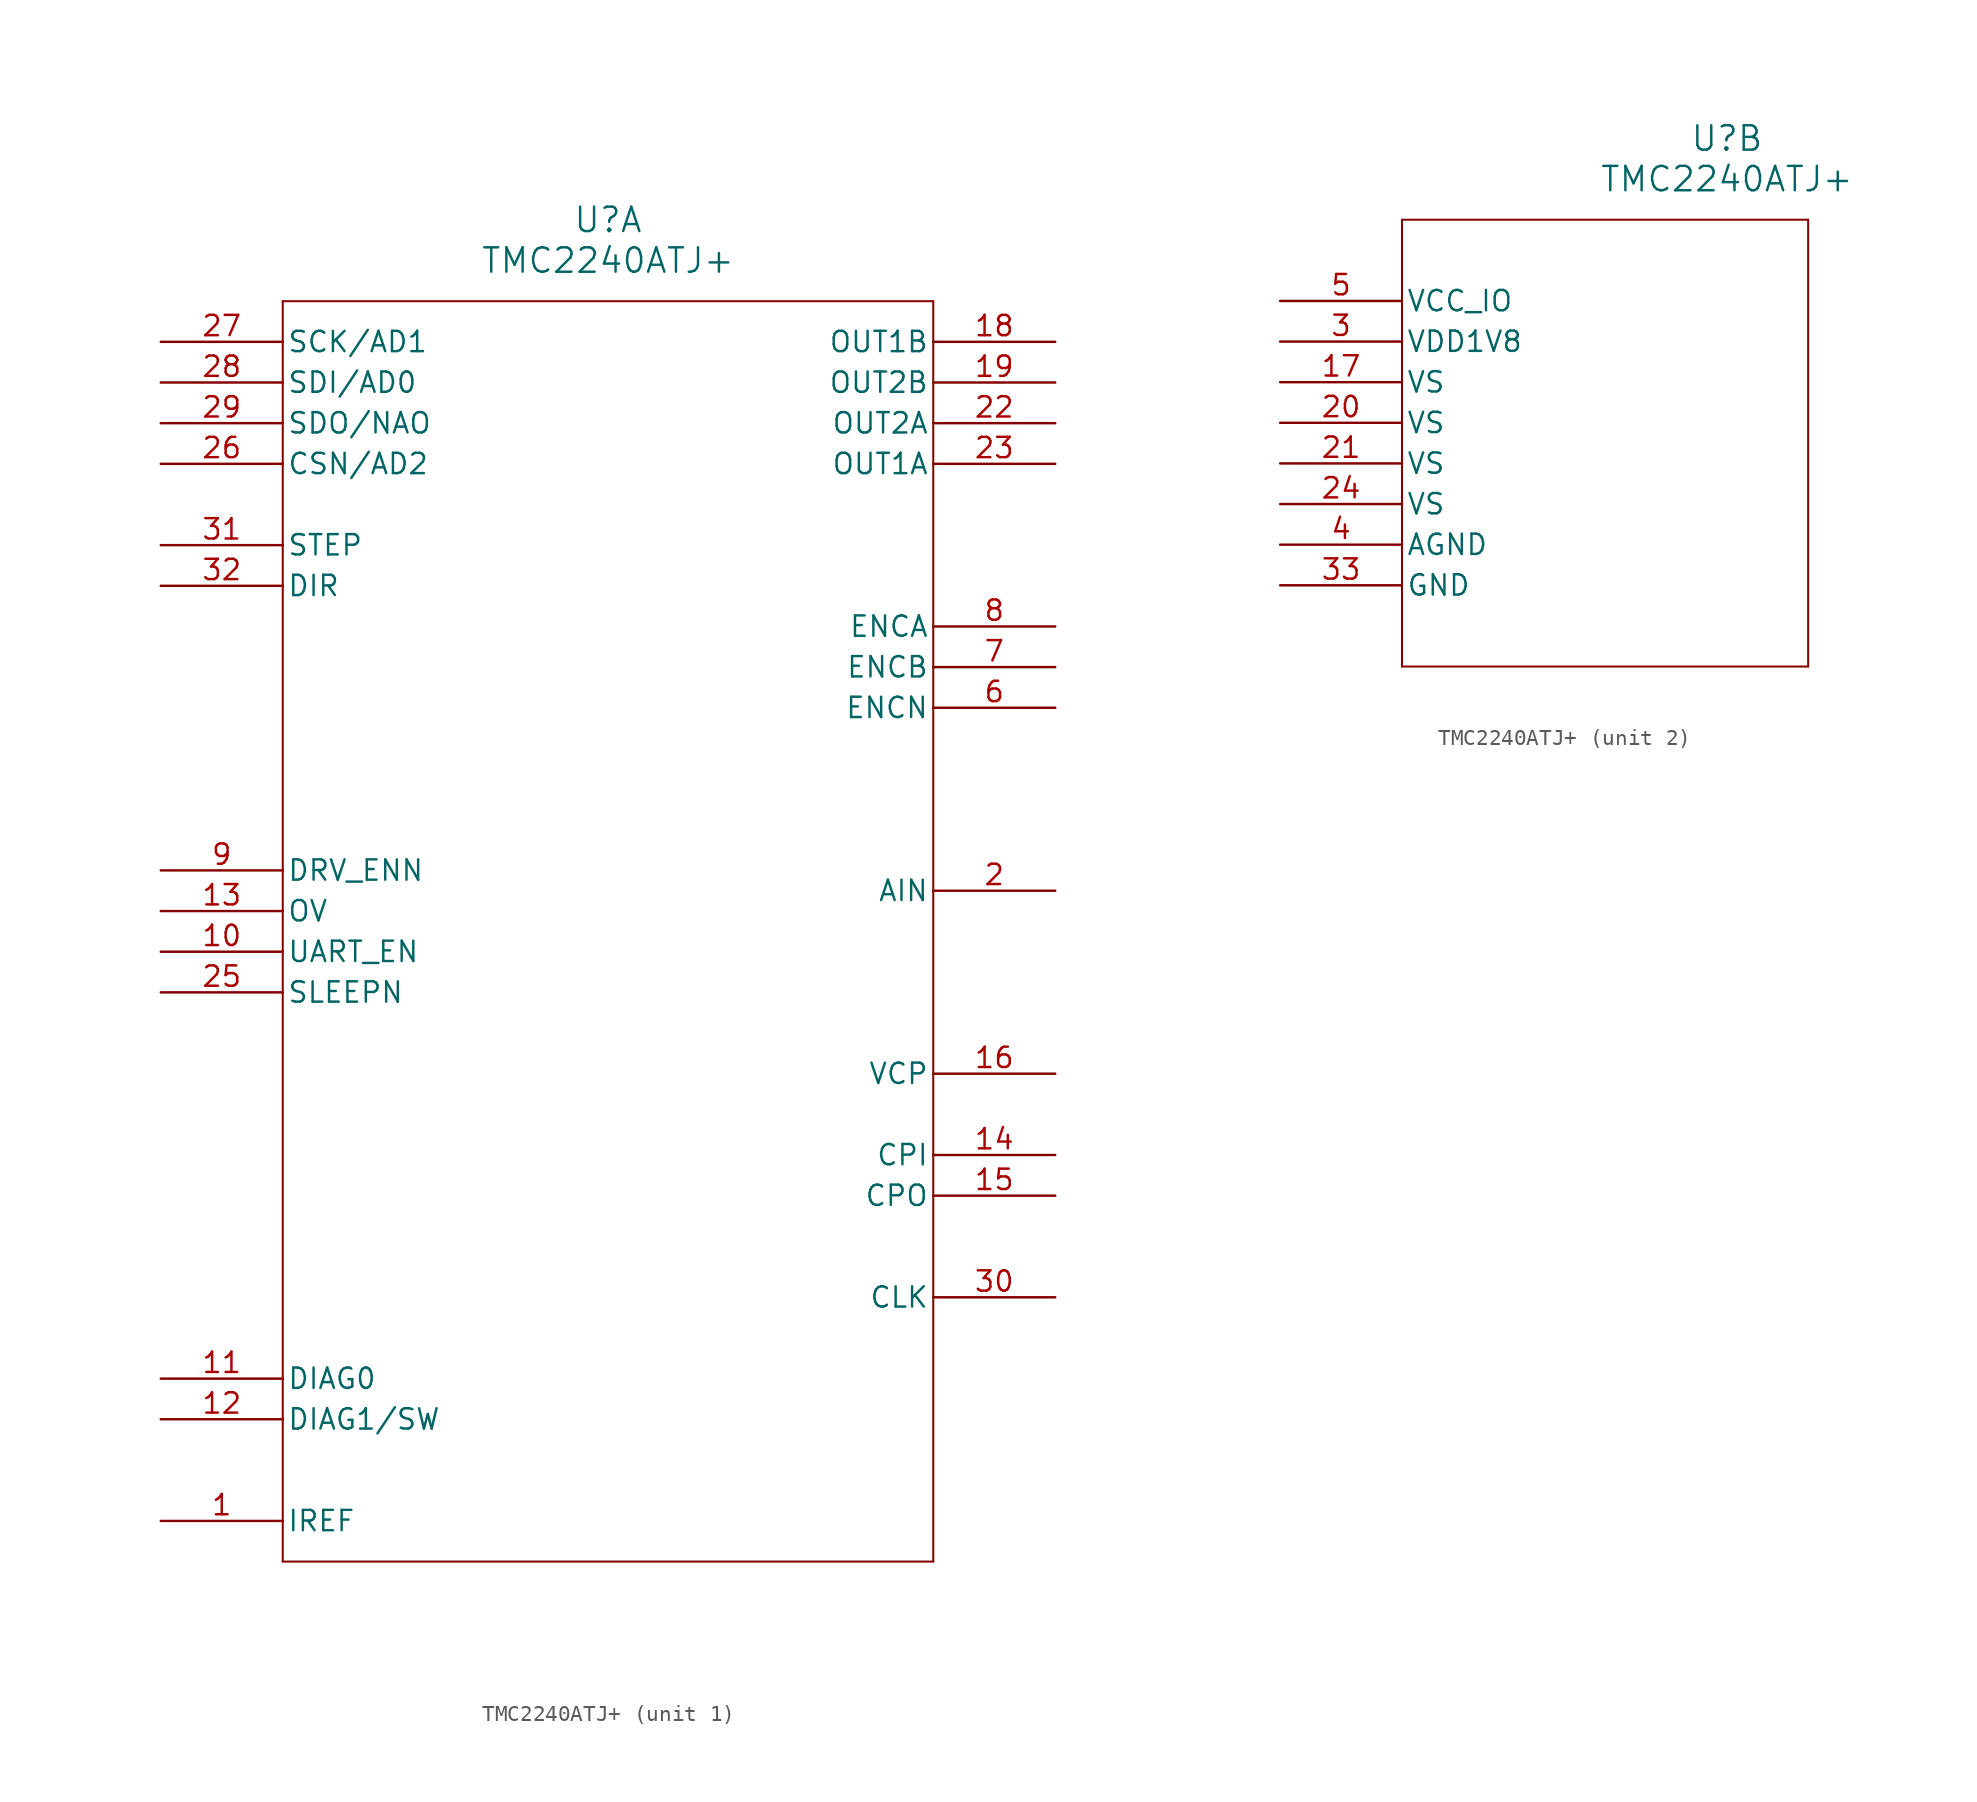
<source format=kicad_sym>
(kicad_symbol_lib
  (version 20241209)
  (generator "kicad_symbol_editor")
  (generator_version "9.0")
  (symbol "TMC2240ATJ+"
    (pin_names
      (offset 0.254))
    (property "Reference" "U"
      (at 27.94 10.16 0)
      (effects (font (size 1.524 1.524))))
    (property "Value" "TMC2240ATJ+"
      (at 27.94 7.62 0)
      (effects (font (size 1.524 1.524))))
    (property "ki_locked" ""
      (at 0 0 0)
      (effects (font (size 1.27 1.27))))
    (symbol "TMC2240ATJ+_1_1"
      (polyline (pts (xy 7.62 5.08) (xy 7.62 -73.66)) (stroke (width 0.127) (type default)) (fill (type none)))
      (polyline (pts (xy 7.62 -73.66) (xy 48.26 -73.66)) (stroke (width 0.127) (type default)) (fill (type none)))
      (polyline (pts (xy 48.26 5.08) (xy 7.62 5.08)) (stroke (width 0.127) (type default)) (fill (type none)))
      (polyline (pts (xy 48.26 -73.66) (xy 48.26 5.08)) (stroke (width 0.127) (type default)) (fill (type none)))
      (pin input line (at 0 2.54 0) (length 7.62) (name "SCK/AD1" (effects (font (size 1.27 1.27)))) (number "27" (effects (font (size 1.27 1.27)))))
      (pin input line (at 0 0 0) (length 7.62) (name "SDI/AD0" (effects (font (size 1.27 1.27)))) (number "28" (effects (font (size 1.27 1.27)))))
      (pin output line (at 0 -2.54 0) (length 7.62) (name "SDO/NAO" (effects (font (size 1.27 1.27)))) (number "29" (effects (font (size 1.27 1.27)))))
      (pin input line (at 0 -5.08 0) (length 7.62) (name "CSN/AD2" (effects (font (size 1.27 1.27)))) (number "26" (effects (font (size 1.27 1.27)))))
      (pin input line (at 0 -10.16 0) (length 7.62) (name "STEP" (effects (font (size 1.27 1.27)))) (number "31" (effects (font (size 1.27 1.27)))))
      (pin input line (at 0 -12.7 0) (length 7.62) (name "DIR" (effects (font (size 1.27 1.27)))) (number "32" (effects (font (size 1.27 1.27)))))
      (pin input line (at 0 -30.48 0) (length 7.62) (name "DRV_ENN" (effects (font (size 1.27 1.27)))) (number "9" (effects (font (size 1.27 1.27)))))
      (pin output line (at 0 -33.02 0) (length 7.62) (name "OV" (effects (font (size 1.27 1.27)))) (number "13" (effects (font (size 1.27 1.27)))))
      (pin input line (at 0 -35.56 0) (length 7.62) (name "UART_EN" (effects (font (size 1.27 1.27)))) (number "10" (effects (font (size 1.27 1.27)))))
      (pin unspecified line (at 0 -38.1 0) (length 7.62) (name "SLEEPN" (effects (font (size 1.27 1.27)))) (number "25" (effects (font (size 1.27 1.27)))))
      (pin output line (at 0 -62.23 0) (length 7.62) (name "DIAG0" (effects (font (size 1.27 1.27)))) (number "11" (effects (font (size 1.27 1.27)))))
      (pin bidirectional line (at 0 -64.77 0) (length 7.62) (name "DIAG1/SW" (effects (font (size 1.27 1.27)))) (number "12" (effects (font (size 1.27 1.27)))))
      (pin unspecified line (at 0 -71.12 0) (length 7.62) (name "IREF" (effects (font (size 1.27 1.27)))) (number "1" (effects (font (size 1.27 1.27)))))
      (pin unspecified line (at 55.88 2.54 180) (length 7.62) (name "OUT1B" (effects (font (size 1.27 1.27)))) (number "18" (effects (font (size 1.27 1.27)))))
      (pin unspecified line (at 55.88 0 180) (length 7.62) (name "OUT2B" (effects (font (size 1.27 1.27)))) (number "19" (effects (font (size 1.27 1.27)))))
      (pin unspecified line (at 55.88 -2.54 180) (length 7.62) (name "OUT2A" (effects (font (size 1.27 1.27)))) (number "22" (effects (font (size 1.27 1.27)))))
      (pin unspecified line (at 55.88 -5.08 180) (length 7.62) (name "OUT1A" (effects (font (size 1.27 1.27)))) (number "23" (effects (font (size 1.27 1.27)))))
      (pin input line (at 55.88 -15.24 180) (length 7.62) (name "ENCA" (effects (font (size 1.27 1.27)))) (number "8" (effects (font (size 1.27 1.27)))))
      (pin input line (at 55.88 -17.78 180) (length 7.62) (name "ENCB" (effects (font (size 1.27 1.27)))) (number "7" (effects (font (size 1.27 1.27)))))
      (pin input line (at 55.88 -20.32 180) (length 7.62) (name "ENCN" (effects (font (size 1.27 1.27)))) (number "6" (effects (font (size 1.27 1.27)))))
      (pin unspecified line (at 55.88 -31.75 180) (length 7.62) (name "AIN" (effects (font (size 1.27 1.27)))) (number "2" (effects (font (size 1.27 1.27)))))
      (pin unspecified line (at 55.88 -43.18 180) (length 7.62) (name "VCP" (effects (font (size 1.27 1.27)))) (number "16" (effects (font (size 1.27 1.27)))))
      (pin unspecified line (at 55.88 -48.26 180) (length 7.62) (name "CPI" (effects (font (size 1.27 1.27)))) (number "14" (effects (font (size 1.27 1.27)))))
      (pin unspecified line (at 55.88 -50.8 180) (length 7.62) (name "CPO" (effects (font (size 1.27 1.27)))) (number "15" (effects (font (size 1.27 1.27)))))
      (pin input line (at 55.88 -57.15 180) (length 7.62) (name "CLK" (effects (font (size 1.27 1.27)))) (number "30" (effects (font (size 1.27 1.27))))))
    (symbol "TMC2240ATJ+_2_1"
      (polyline (pts (xy 7.62 5.08) (xy 7.62 -22.86)) (stroke (width 0.127) (type default)) (fill (type none)))
      (polyline (pts (xy 7.62 -22.86) (xy 33.02 -22.86)) (stroke (width 0.127) (type default)) (fill (type none)))
      (polyline (pts (xy 33.02 5.08) (xy 7.62 5.08)) (stroke (width 0.127) (type default)) (fill (type none)))
      (polyline (pts (xy 33.02 -22.86) (xy 33.02 5.08)) (stroke (width 0.127) (type default)) (fill (type none)))
      (pin power_in line (at 0 0 0) (length 7.62) (name "VCC_IO" (effects (font (size 1.27 1.27)))) (number "5" (effects (font (size 1.27 1.27)))))
      (pin power_in line (at 0 -2.54 0) (length 7.62) (name "VDD1V8" (effects (font (size 1.27 1.27)))) (number "3" (effects (font (size 1.27 1.27)))))
      (pin power_in line (at 0 -5.08 0) (length 7.62) (name "VS" (effects (font (size 1.27 1.27)))) (number "17" (effects (font (size 1.27 1.27)))))
      (pin power_in line (at 0 -7.62 0) (length 7.62) (name "VS" (effects (font (size 1.27 1.27)))) (number "20" (effects (font (size 1.27 1.27)))))
      (pin power_in line (at 0 -10.16 0) (length 7.62) (name "VS" (effects (font (size 1.27 1.27)))) (number "21" (effects (font (size 1.27 1.27)))))
      (pin power_in line (at 0 -12.7 0) (length 7.62) (name "VS" (effects (font (size 1.27 1.27)))) (number "24" (effects (font (size 1.27 1.27)))))
      (pin power_out line (at 0 -15.24 0) (length 7.62) (name "AGND" (effects (font (size 1.27 1.27)))) (number "4" (effects (font (size 1.27 1.27)))))
      (pin power_out line (at 0 -17.78 0) (length 7.62) (name "GND" (effects (font (size 1.27 1.27)))) (number "33" (effects (font (size 1.27 1.27))))))))
</source>
